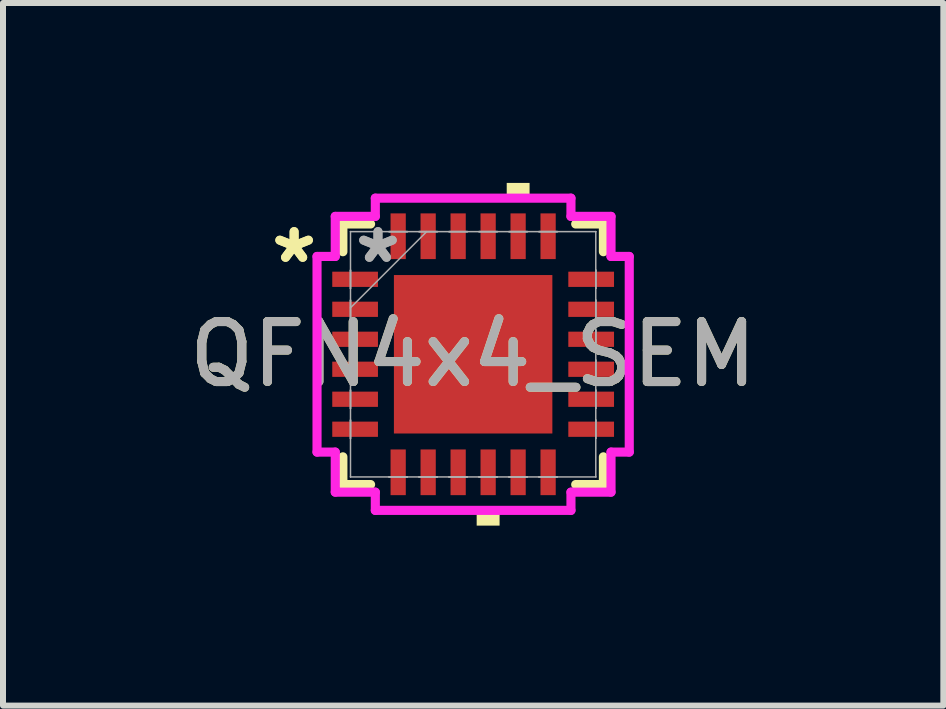
<source format=kicad_pcb>
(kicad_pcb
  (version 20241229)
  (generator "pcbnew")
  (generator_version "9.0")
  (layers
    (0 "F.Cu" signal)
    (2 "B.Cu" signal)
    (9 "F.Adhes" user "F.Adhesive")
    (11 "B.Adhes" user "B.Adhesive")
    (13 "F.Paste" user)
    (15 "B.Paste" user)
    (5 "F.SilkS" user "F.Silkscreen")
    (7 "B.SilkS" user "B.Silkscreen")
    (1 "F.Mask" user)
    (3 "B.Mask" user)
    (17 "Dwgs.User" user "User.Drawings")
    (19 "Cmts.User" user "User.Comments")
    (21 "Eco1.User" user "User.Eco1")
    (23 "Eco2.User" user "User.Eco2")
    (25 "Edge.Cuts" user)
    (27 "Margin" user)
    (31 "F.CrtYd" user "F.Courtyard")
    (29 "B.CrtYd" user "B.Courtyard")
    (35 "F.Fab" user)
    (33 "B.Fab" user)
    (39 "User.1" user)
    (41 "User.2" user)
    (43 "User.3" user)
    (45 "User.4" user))
  (footprint "QFN4x4_SEM"
    (layer "F.Cu")
    (at 4.839 2.857)
    (property "Reference" "QFN4x4_SEM" (at 0 0 0) (unlocked yes) (layer "F.SilkS") (effects (font (size 1 1) (thickness 0.15))))
    (attr smd)
    (fp_line (start -2.172 -2.172) (end -2.172 -1.71) (stroke (width 0.152) (type solid)) (layer "F.SilkS"))
    (fp_line (start -2.172 1.71) (end -2.172 2.172) (stroke (width 0.152) (type solid)) (layer "F.SilkS"))
    (fp_line (start -2.172 2.172) (end -1.71 2.172) (stroke (width 0.152) (type solid)) (layer "F.SilkS"))
    (fp_line (start -1.71 -2.172) (end -2.172 -2.172) (stroke (width 0.152) (type solid)) (layer "F.SilkS"))
    (fp_line (start 1.71 2.172) (end 2.172 2.172) (stroke (width 0.152) (type solid)) (layer "F.SilkS"))
    (fp_line (start 2.172 -2.172) (end 1.71 -2.172) (stroke (width 0.152) (type solid)) (layer "F.SilkS"))
    (fp_line (start 2.172 -1.71) (end 2.172 -2.172) (stroke (width 0.152) (type solid)) (layer "F.SilkS"))
    (fp_line (start 2.172 2.172) (end 2.172 1.71) (stroke (width 0.152) (type solid)) (layer "F.SilkS"))
    (fp_poly (pts (xy 0.059 2.603) (xy 0.059 2.857) (xy 0.441 2.857) (xy 0.441 2.603)) (stroke (width 0) (type solid)) (fill yes) (layer "F.SilkS"))
    (fp_poly (pts (xy 0.56 -2.603) (xy 0.56 -2.857) (xy 0.941 -2.857) (xy 0.941 -2.603)) (stroke (width 0) (type solid)) (fill yes) (layer "F.SilkS"))
    (fp_poly (pts (xy -1.221 -1.221) (xy -1.221 -0.1) (xy -0.1 -0.1) (xy -0.1 -1.221)) (stroke (width 0) (type solid)) (fill yes) (layer "F.Paste"))
    (fp_poly (pts (xy -1.221 0.1) (xy -1.221 1.221) (xy -0.1 1.221) (xy -0.1 0.1)) (stroke (width 0) (type solid)) (fill yes) (layer "F.Paste"))
    (fp_poly (pts (xy 0.1 -1.221) (xy 0.1 -0.1) (xy 1.221 -0.1) (xy 1.221 -1.221)) (stroke (width 0) (type solid)) (fill yes) (layer "F.Paste"))
    (fp_poly (pts (xy 0.1 0.1) (xy 0.1 1.221) (xy 1.221 1.221) (xy 1.221 0.1)) (stroke (width 0) (type solid)) (fill yes) (layer "F.Paste"))
    (fp_line (start -2.603 -1.631) (end -2.299 -1.631) (stroke (width 0.152) (type solid)) (layer "F.CrtYd"))
    (fp_line (start -2.603 1.631) (end -2.603 -1.631) (stroke (width 0.152) (type solid)) (layer "F.CrtYd"))
    (fp_line (start -2.299 -2.299) (end -1.631 -2.299) (stroke (width 0.152) (type solid)) (layer "F.CrtYd"))
    (fp_line (start -2.299 -1.631) (end -2.299 -2.299) (stroke (width 0.152) (type solid)) (layer "F.CrtYd"))
    (fp_line (start -2.299 1.631) (end -2.603 1.631) (stroke (width 0.152) (type solid)) (layer "F.CrtYd"))
    (fp_line (start -2.299 2.299) (end -2.299 1.631) (stroke (width 0.152) (type solid)) (layer "F.CrtYd"))
    (fp_line (start -1.631 -2.603) (end 1.631 -2.603) (stroke (width 0.152) (type solid)) (layer "F.CrtYd"))
    (fp_line (start -1.631 -2.299) (end -1.631 -2.603) (stroke (width 0.152) (type solid)) (layer "F.CrtYd"))
    (fp_line (start -1.631 2.299) (end -2.299 2.299) (stroke (width 0.152) (type solid)) (layer "F.CrtYd"))
    (fp_line (start -1.631 2.603) (end -1.631 2.299) (stroke (width 0.152) (type solid)) (layer "F.CrtYd"))
    (fp_line (start 1.631 -2.603) (end 1.631 -2.299) (stroke (width 0.152) (type solid)) (layer "F.CrtYd"))
    (fp_line (start 1.631 -2.299) (end 2.299 -2.299) (stroke (width 0.152) (type solid)) (layer "F.CrtYd"))
    (fp_line (start 1.631 2.299) (end 1.631 2.603) (stroke (width 0.152) (type solid)) (layer "F.CrtYd"))
    (fp_line (start 1.631 2.603) (end -1.631 2.603) (stroke (width 0.152) (type solid)) (layer "F.CrtYd"))
    (fp_line (start 2.299 -2.299) (end 2.299 -1.631) (stroke (width 0.152) (type solid)) (layer "F.CrtYd"))
    (fp_line (start 2.299 -1.631) (end 2.603 -1.631) (stroke (width 0.152) (type solid)) (layer "F.CrtYd"))
    (fp_line (start 2.299 1.631) (end 2.299 2.299) (stroke (width 0.152) (type solid)) (layer "F.CrtYd"))
    (fp_line (start 2.299 2.299) (end 1.631 2.299) (stroke (width 0.152) (type solid)) (layer "F.CrtYd"))
    (fp_line (start 2.603 -1.631) (end 2.603 1.631) (stroke (width 0.152) (type solid)) (layer "F.CrtYd"))
    (fp_line (start 2.603 1.631) (end 2.299 1.631) (stroke (width 0.152) (type solid)) (layer "F.CrtYd"))
    (fp_line (start -2.045 -2.045) (end -2.045 -2.045) (stroke (width 0.025) (type solid)) (layer "F.Fab"))
    (fp_line (start -2.045 -2.045) (end -2.045 2.045) (stroke (width 0.025) (type solid)) (layer "F.Fab"))
    (fp_line (start -2.045 -1.402) (end -2.045 -1.402) (stroke (width 0.025) (type solid)) (layer "F.Fab"))
    (fp_line (start -2.045 -1.402) (end -2.045 -1.098) (stroke (width 0.025) (type solid)) (layer "F.Fab"))
    (fp_line (start -2.045 -1.098) (end -2.045 -1.402) (stroke (width 0.025) (type solid)) (layer "F.Fab"))
    (fp_line (start -2.045 -1.098) (end -2.045 -1.098) (stroke (width 0.025) (type solid)) (layer "F.Fab"))
    (fp_line (start -2.045 -0.902) (end -2.045 -0.902) (stroke (width 0.025) (type solid)) (layer "F.Fab"))
    (fp_line (start -2.045 -0.902) (end -2.045 -0.598) (stroke (width 0.025) (type solid)) (layer "F.Fab"))
    (fp_line (start -2.045 -0.775) (end -0.775 -2.045) (stroke (width 0.025) (type solid)) (layer "F.Fab"))
    (fp_line (start -2.045 -0.598) (end -2.045 -0.902) (stroke (width 0.025) (type solid)) (layer "F.Fab"))
    (fp_line (start -2.045 -0.598) (end -2.045 -0.598) (stroke (width 0.025) (type solid)) (layer "F.Fab"))
    (fp_line (start -2.045 -0.402) (end -2.045 -0.402) (stroke (width 0.025) (type solid)) (layer "F.Fab"))
    (fp_line (start -2.045 -0.402) (end -2.045 -0.098) (stroke (width 0.025) (type solid)) (layer "F.Fab"))
    (fp_line (start -2.045 -0.098) (end -2.045 -0.402) (stroke (width 0.025) (type solid)) (layer "F.Fab"))
    (fp_line (start -2.045 -0.098) (end -2.045 -0.098) (stroke (width 0.025) (type solid)) (layer "F.Fab"))
    (fp_line (start -2.045 0.098) (end -2.045 0.098) (stroke (width 0.025) (type solid)) (layer "F.Fab"))
    (fp_line (start -2.045 0.098) (end -2.045 0.402) (stroke (width 0.025) (type solid)) (layer "F.Fab"))
    (fp_line (start -2.045 0.402) (end -2.045 0.098) (stroke (width 0.025) (type solid)) (layer "F.Fab"))
    (fp_line (start -2.045 0.402) (end -2.045 0.402) (stroke (width 0.025) (type solid)) (layer "F.Fab"))
    (fp_line (start -2.045 0.598) (end -2.045 0.598) (stroke (width 0.025) (type solid)) (layer "F.Fab"))
    (fp_line (start -2.045 0.598) (end -2.045 0.902) (stroke (width 0.025) (type solid)) (layer "F.Fab"))
    (fp_line (start -2.045 0.902) (end -2.045 0.598) (stroke (width 0.025) (type solid)) (layer "F.Fab"))
    (fp_line (start -2.045 0.902) (end -2.045 0.902) (stroke (width 0.025) (type solid)) (layer "F.Fab"))
    (fp_line (start -2.045 1.098) (end -2.045 1.098) (stroke (width 0.025) (type solid)) (layer "F.Fab"))
    (fp_line (start -2.045 1.098) (end -2.045 1.402) (stroke (width 0.025) (type solid)) (layer "F.Fab"))
    (fp_line (start -2.045 1.402) (end -2.045 1.098) (stroke (width 0.025) (type solid)) (layer "F.Fab"))
    (fp_line (start -2.045 1.402) (end -2.045 1.402) (stroke (width 0.025) (type solid)) (layer "F.Fab"))
    (fp_line (start -2.045 2.045) (end -2.045 2.045) (stroke (width 0.025) (type solid)) (layer "F.Fab"))
    (fp_line (start -2.045 2.045) (end 2.045 2.045) (stroke (width 0.025) (type solid)) (layer "F.Fab"))
    (fp_line (start -1.402 -2.045) (end -1.402 -2.045) (stroke (width 0.025) (type solid)) (layer "F.Fab"))
    (fp_line (start -1.402 -2.045) (end -1.098 -2.045) (stroke (width 0.025) (type solid)) (layer "F.Fab"))
    (fp_line (start -1.402 2.045) (end -1.402 2.045) (stroke (width 0.025) (type solid)) (layer "F.Fab"))
    (fp_line (start -1.402 2.045) (end -1.098 2.045) (stroke (width 0.025) (type solid)) (layer "F.Fab"))
    (fp_line (start -1.098 -2.045) (end -1.402 -2.045) (stroke (width 0.025) (type solid)) (layer "F.Fab"))
    (fp_line (start -1.098 -2.045) (end -1.098 -2.045) (stroke (width 0.025) (type solid)) (layer "F.Fab"))
    (fp_line (start -1.098 2.045) (end -1.402 2.045) (stroke (width 0.025) (type solid)) (layer "F.Fab"))
    (fp_line (start -1.098 2.045) (end -1.098 2.045) (stroke (width 0.025) (type solid)) (layer "F.Fab"))
    (fp_line (start -0.902 -2.045) (end -0.902 -2.045) (stroke (width 0.025) (type solid)) (layer "F.Fab"))
    (fp_line (start -0.902 -2.045) (end -0.598 -2.045) (stroke (width 0.025) (type solid)) (layer "F.Fab"))
    (fp_line (start -0.902 2.045) (end -0.902 2.045) (stroke (width 0.025) (type solid)) (layer "F.Fab"))
    (fp_line (start -0.902 2.045) (end -0.598 2.045) (stroke (width 0.025) (type solid)) (layer "F.Fab"))
    (fp_line (start -0.598 -2.045) (end -0.902 -2.045) (stroke (width 0.025) (type solid)) (layer "F.Fab"))
    (fp_line (start -0.598 -2.045) (end -0.598 -2.045) (stroke (width 0.025) (type solid)) (layer "F.Fab"))
    (fp_line (start -0.598 2.045) (end -0.902 2.045) (stroke (width 0.025) (type solid)) (layer "F.Fab"))
    (fp_line (start -0.598 2.045) (end -0.598 2.045) (stroke (width 0.025) (type solid)) (layer "F.Fab"))
    (fp_line (start -0.402 -2.045) (end -0.402 -2.045) (stroke (width 0.025) (type solid)) (layer "F.Fab"))
    (fp_line (start -0.402 -2.045) (end -0.098 -2.045) (stroke (width 0.025) (type solid)) (layer "F.Fab"))
    (fp_line (start -0.402 2.045) (end -0.402 2.045) (stroke (width 0.025) (type solid)) (layer "F.Fab"))
    (fp_line (start -0.402 2.045) (end -0.098 2.045) (stroke (width 0.025) (type solid)) (layer "F.Fab"))
    (fp_line (start -0.098 -2.045) (end -0.402 -2.045) (stroke (width 0.025) (type solid)) (layer "F.Fab"))
    (fp_line (start -0.098 -2.045) (end -0.098 -2.045) (stroke (width 0.025) (type solid)) (layer "F.Fab"))
    (fp_line (start -0.098 2.045) (end -0.402 2.045) (stroke (width 0.025) (type solid)) (layer "F.Fab"))
    (fp_line (start -0.098 2.045) (end -0.098 2.045) (stroke (width 0.025) (type solid)) (layer "F.Fab"))
    (fp_line (start 0.098 -2.045) (end 0.098 -2.045) (stroke (width 0.025) (type solid)) (layer "F.Fab"))
    (fp_line (start 0.098 -2.045) (end 0.402 -2.045) (stroke (width 0.025) (type solid)) (layer "F.Fab"))
    (fp_line (start 0.098 2.045) (end 0.098 2.045) (stroke (width 0.025) (type solid)) (layer "F.Fab"))
    (fp_line (start 0.098 2.045) (end 0.402 2.045) (stroke (width 0.025) (type solid)) (layer "F.Fab"))
    (fp_line (start 0.402 -2.045) (end 0.098 -2.045) (stroke (width 0.025) (type solid)) (layer "F.Fab"))
    (fp_line (start 0.402 -2.045) (end 0.402 -2.045) (stroke (width 0.025) (type solid)) (layer "F.Fab"))
    (fp_line (start 0.402 2.045) (end 0.098 2.045) (stroke (width 0.025) (type solid)) (layer "F.Fab"))
    (fp_line (start 0.402 2.045) (end 0.402 2.045) (stroke (width 0.025) (type solid)) (layer "F.Fab"))
    (fp_line (start 0.598 -2.045) (end 0.598 -2.045) (stroke (width 0.025) (type solid)) (layer "F.Fab"))
    (fp_line (start 0.598 -2.045) (end 0.902 -2.045) (stroke (width 0.025) (type solid)) (layer "F.Fab"))
    (fp_line (start 0.598 2.045) (end 0.598 2.045) (stroke (width 0.025) (type solid)) (layer "F.Fab"))
    (fp_line (start 0.598 2.045) (end 0.902 2.045) (stroke (width 0.025) (type solid)) (layer "F.Fab"))
    (fp_line (start 0.902 -2.045) (end 0.598 -2.045) (stroke (width 0.025) (type solid)) (layer "F.Fab"))
    (fp_line (start 0.902 -2.045) (end 0.902 -2.045) (stroke (width 0.025) (type solid)) (layer "F.Fab"))
    (fp_line (start 0.902 2.045) (end 0.598 2.045) (stroke (width 0.025) (type solid)) (layer "F.Fab"))
    (fp_line (start 0.902 2.045) (end 0.902 2.045) (stroke (width 0.025) (type solid)) (layer "F.Fab"))
    (fp_line (start 1.098 -2.045) (end 1.098 -2.045) (stroke (width 0.025) (type solid)) (layer "F.Fab"))
    (fp_line (start 1.098 -2.045) (end 1.402 -2.045) (stroke (width 0.025) (type solid)) (layer "F.Fab"))
    (fp_line (start 1.098 2.045) (end 1.098 2.045) (stroke (width 0.025) (type solid)) (layer "F.Fab"))
    (fp_line (start 1.098 2.045) (end 1.402 2.045) (stroke (width 0.025) (type solid)) (layer "F.Fab"))
    (fp_line (start 1.402 -2.045) (end 1.098 -2.045) (stroke (width 0.025) (type solid)) (layer "F.Fab"))
    (fp_line (start 1.402 -2.045) (end 1.402 -2.045) (stroke (width 0.025) (type solid)) (layer "F.Fab"))
    (fp_line (start 1.402 2.045) (end 1.098 2.045) (stroke (width 0.025) (type solid)) (layer "F.Fab"))
    (fp_line (start 1.402 2.045) (end 1.402 2.045) (stroke (width 0.025) (type solid)) (layer "F.Fab"))
    (fp_line (start 2.045 -2.045) (end -2.045 -2.045) (stroke (width 0.025) (type solid)) (layer "F.Fab"))
    (fp_line (start 2.045 -2.045) (end 2.045 -2.045) (stroke (width 0.025) (type solid)) (layer "F.Fab"))
    (fp_line (start 2.045 -1.402) (end 2.045 -1.402) (stroke (width 0.025) (type solid)) (layer "F.Fab"))
    (fp_line (start 2.045 -1.402) (end 2.045 -1.098) (stroke (width 0.025) (type solid)) (layer "F.Fab"))
    (fp_line (start 2.045 -1.098) (end 2.045 -1.402) (stroke (width 0.025) (type solid)) (layer "F.Fab"))
    (fp_line (start 2.045 -1.098) (end 2.045 -1.098) (stroke (width 0.025) (type solid)) (layer "F.Fab"))
    (fp_line (start 2.045 -0.902) (end 2.045 -0.902) (stroke (width 0.025) (type solid)) (layer "F.Fab"))
    (fp_line (start 2.045 -0.902) (end 2.045 -0.598) (stroke (width 0.025) (type solid)) (layer "F.Fab"))
    (fp_line (start 2.045 -0.598) (end 2.045 -0.902) (stroke (width 0.025) (type solid)) (layer "F.Fab"))
    (fp_line (start 2.045 -0.598) (end 2.045 -0.598) (stroke (width 0.025) (type solid)) (layer "F.Fab"))
    (fp_line (start 2.045 -0.402) (end 2.045 -0.402) (stroke (width 0.025) (type solid)) (layer "F.Fab"))
    (fp_line (start 2.045 -0.402) (end 2.045 -0.098) (stroke (width 0.025) (type solid)) (layer "F.Fab"))
    (fp_line (start 2.045 -0.098) (end 2.045 -0.402) (stroke (width 0.025) (type solid)) (layer "F.Fab"))
    (fp_line (start 2.045 -0.098) (end 2.045 -0.098) (stroke (width 0.025) (type solid)) (layer "F.Fab"))
    (fp_line (start 2.045 0.098) (end 2.045 0.098) (stroke (width 0.025) (type solid)) (layer "F.Fab"))
    (fp_line (start 2.045 0.098) (end 2.045 0.402) (stroke (width 0.025) (type solid)) (layer "F.Fab"))
    (fp_line (start 2.045 0.402) (end 2.045 0.098) (stroke (width 0.025) (type solid)) (layer "F.Fab"))
    (fp_line (start 2.045 0.402) (end 2.045 0.402) (stroke (width 0.025) (type solid)) (layer "F.Fab"))
    (fp_line (start 2.045 0.598) (end 2.045 0.598) (stroke (width 0.025) (type solid)) (layer "F.Fab"))
    (fp_line (start 2.045 0.598) (end 2.045 0.902) (stroke (width 0.025) (type solid)) (layer "F.Fab"))
    (fp_line (start 2.045 0.902) (end 2.045 0.598) (stroke (width 0.025) (type solid)) (layer "F.Fab"))
    (fp_line (start 2.045 0.902) (end 2.045 0.902) (stroke (width 0.025) (type solid)) (layer "F.Fab"))
    (fp_line (start 2.045 1.098) (end 2.045 1.098) (stroke (width 0.025) (type solid)) (layer "F.Fab"))
    (fp_line (start 2.045 1.098) (end 2.045 1.402) (stroke (width 0.025) (type solid)) (layer "F.Fab"))
    (fp_line (start 2.045 1.402) (end 2.045 1.098) (stroke (width 0.025) (type solid)) (layer "F.Fab"))
    (fp_line (start 2.045 1.402) (end 2.045 1.402) (stroke (width 0.025) (type solid)) (layer "F.Fab"))
    (fp_line (start 2.045 2.045) (end 2.045 -2.045) (stroke (width 0.025) (type solid)) (layer "F.Fab"))
    (fp_line (start 2.045 2.045) (end 2.045 2.045) (stroke (width 0.025) (type solid)) (layer "F.Fab"))
    (fp_text user "*" (at -2.985 -1.5 0) (unlocked yes) (layer "F.SilkS") (effects (font (size 1 1) (thickness 0.15))))
    (fp_text user "*" (at -2.985 -1.5 0) (layer "F.SilkS") (effects (font (size 1 1) (thickness 0.15))))
    (fp_text user "*" (at -1.587 -1.5 0) (unlocked yes) (layer "F.Fab") (effects (font (size 1 1) (thickness 0.15))))
    (fp_text user "*" (at -1.587 -1.5 0) (layer "F.Fab") (effects (font (size 1 1) (thickness 0.15))))
    (fp_text user "${REFERENCE}" (at 0 0 0) (unlocked yes) (layer "F.Fab") (effects (font (size 1 1) (thickness 0.15))))
    (pad "1" smd rect (at -1.968 -1.25 90) (size 0.254 0.762) (layers "F.Cu" "F.Mask" "F.Paste"))
    (pad "2" smd rect (at -1.968 -0.75 90) (size 0.254 0.762) (layers "F.Cu" "F.Mask" "F.Paste"))
    (pad "3" smd rect (at -1.968 -0.25 90) (size 0.254 0.762) (layers "F.Cu" "F.Mask" "F.Paste"))
    (pad "4" smd rect (at -1.968 0.25 90) (size 0.254 0.762) (layers "F.Cu" "F.Mask" "F.Paste"))
    (pad "5" smd rect (at -1.968 0.75 90) (size 0.254 0.762) (layers "F.Cu" "F.Mask" "F.Paste"))
    (pad "6" smd rect (at -1.968 1.25 90) (size 0.254 0.762) (layers "F.Cu" "F.Mask" "F.Paste"))
    (pad "7" smd rect (at -1.25 1.968) (size 0.254 0.762) (layers "F.Cu" "F.Mask" "F.Paste"))
    (pad "8" smd rect (at -0.75 1.968) (size 0.254 0.762) (layers "F.Cu" "F.Mask" "F.Paste"))
    (pad "9" smd rect (at -0.25 1.968) (size 0.254 0.762) (layers "F.Cu" "F.Mask" "F.Paste"))
    (pad "10" smd rect (at 0.25 1.968) (size 0.254 0.762) (layers "F.Cu" "F.Mask" "F.Paste"))
    (pad "11" smd rect (at 0.75 1.968) (size 0.254 0.762) (layers "F.Cu" "F.Mask" "F.Paste"))
    (pad "12" smd rect (at 1.25 1.968) (size 0.254 0.762) (layers "F.Cu" "F.Mask" "F.Paste"))
    (pad "13" smd rect (at 1.968 1.25 90) (size 0.254 0.762) (layers "F.Cu" "F.Mask" "F.Paste"))
    (pad "14" smd rect (at 1.968 0.75 90) (size 0.254 0.762) (layers "F.Cu" "F.Mask" "F.Paste"))
    (pad "15" smd rect (at 1.968 0.25 90) (size 0.254 0.762) (layers "F.Cu" "F.Mask" "F.Paste"))
    (pad "16" smd rect (at 1.968 -0.25 90) (size 0.254 0.762) (layers "F.Cu" "F.Mask" "F.Paste"))
    (pad "17" smd rect (at 1.968 -0.75 90) (size 0.254 0.762) (layers "F.Cu" "F.Mask" "F.Paste"))
    (pad "18" smd rect (at 1.968 -1.25 90) (size 0.254 0.762) (layers "F.Cu" "F.Mask" "F.Paste"))
    (pad "19" smd rect (at 1.25 -1.968) (size 0.254 0.762) (layers "F.Cu" "F.Mask" "F.Paste"))
    (pad "20" smd rect (at 0.75 -1.968) (size 0.254 0.762) (layers "F.Cu" "F.Mask" "F.Paste"))
    (pad "21" smd rect (at 0.25 -1.968) (size 0.254 0.762) (layers "F.Cu" "F.Mask" "F.Paste"))
    (pad "22" smd rect (at -0.25 -1.968) (size 0.254 0.762) (layers "F.Cu" "F.Mask" "F.Paste"))
    (pad "23" smd rect (at -0.75 -1.968) (size 0.254 0.762) (layers "F.Cu" "F.Mask" "F.Paste"))
    (pad "24" smd rect (at -1.25 -1.968) (size 0.254 0.762) (layers "F.Cu" "F.Mask" "F.Paste"))
    (pad "25" smd rect (at 0 0) (size 2.642 2.642) (layers "F.Cu" "F.Mask")))
  (gr_rect
    (start -3 -3)
    (end 12.679 8.715)
    (stroke (width 0.1) (type default))
    (fill no)
    (layer "Edge.Cuts")))
</source>
